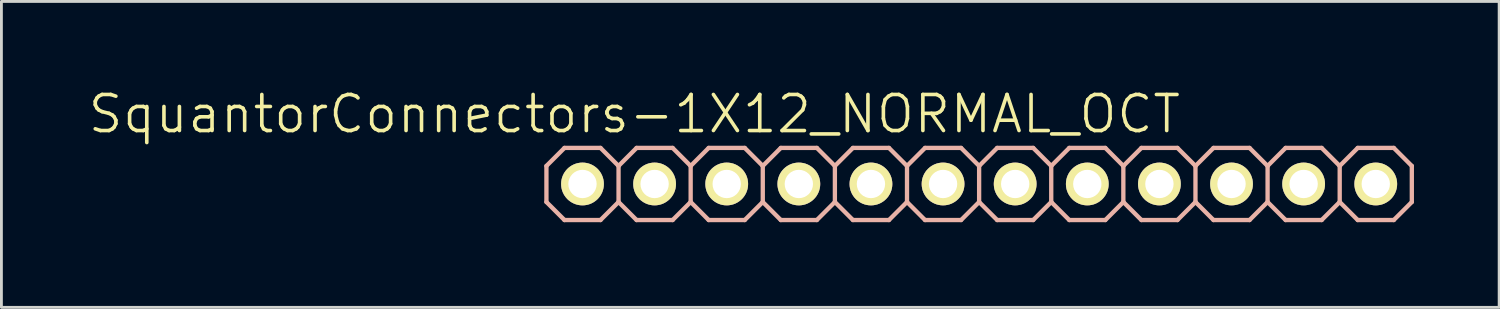
<source format=kicad_pcb>
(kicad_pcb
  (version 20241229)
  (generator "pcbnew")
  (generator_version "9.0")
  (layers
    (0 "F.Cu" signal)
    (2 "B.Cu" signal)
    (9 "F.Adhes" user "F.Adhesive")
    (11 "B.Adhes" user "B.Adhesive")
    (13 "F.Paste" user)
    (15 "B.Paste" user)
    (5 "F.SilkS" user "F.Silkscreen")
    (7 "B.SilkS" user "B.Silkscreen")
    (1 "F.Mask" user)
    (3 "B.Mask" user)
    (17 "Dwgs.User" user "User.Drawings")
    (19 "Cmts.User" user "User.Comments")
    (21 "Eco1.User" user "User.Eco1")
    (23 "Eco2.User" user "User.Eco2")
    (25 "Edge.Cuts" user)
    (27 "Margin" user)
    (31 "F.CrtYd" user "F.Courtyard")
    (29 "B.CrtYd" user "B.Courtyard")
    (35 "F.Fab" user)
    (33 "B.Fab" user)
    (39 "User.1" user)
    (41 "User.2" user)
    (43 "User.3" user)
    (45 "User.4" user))
  (footprint "SquantorConnectors-1X12_NORMAL_OCT"
    (layer "F.Cu")
    (at 31.436 3.43)
    (property "Reference" "SquantorConnectors-1X12_NORMAL_OCT" (at -12.141 -2.464 0) (layer "F.SilkS") (effects (font (size 1.27 1.27) (thickness 0.127))))
    (attr exclude_from_pos_files exclude_from_bom)
    (fp_line (start -14.224 -0.254) (end -13.716 -0.254) (stroke (width 0.066) (type solid)) (layer "F.SilkS"))
    (fp_line (start -14.224 0.254) (end -14.224 -0.254) (stroke (width 0.066) (type solid)) (layer "F.SilkS"))
    (fp_line (start -14.224 0.254) (end -13.716 0.254) (stroke (width 0.066) (type solid)) (layer "F.SilkS"))
    (fp_line (start -13.716 0.254) (end -13.716 -0.254) (stroke (width 0.066) (type solid)) (layer "F.SilkS"))
    (fp_line (start -11.684 -0.254) (end -11.176 -0.254) (stroke (width 0.066) (type solid)) (layer "F.SilkS"))
    (fp_line (start -11.684 0.254) (end -11.684 -0.254) (stroke (width 0.066) (type solid)) (layer "F.SilkS"))
    (fp_line (start -11.684 0.254) (end -11.176 0.254) (stroke (width 0.066) (type solid)) (layer "F.SilkS"))
    (fp_line (start -11.176 0.254) (end -11.176 -0.254) (stroke (width 0.066) (type solid)) (layer "F.SilkS"))
    (fp_line (start -9.144 -0.254) (end -8.636 -0.254) (stroke (width 0.066) (type solid)) (layer "F.SilkS"))
    (fp_line (start -9.144 0.254) (end -9.144 -0.254) (stroke (width 0.066) (type solid)) (layer "F.SilkS"))
    (fp_line (start -9.144 0.254) (end -8.636 0.254) (stroke (width 0.066) (type solid)) (layer "F.SilkS"))
    (fp_line (start -8.636 0.254) (end -8.636 -0.254) (stroke (width 0.066) (type solid)) (layer "F.SilkS"))
    (fp_line (start -6.604 -0.254) (end -6.096 -0.254) (stroke (width 0.066) (type solid)) (layer "F.SilkS"))
    (fp_line (start -6.604 0.254) (end -6.604 -0.254) (stroke (width 0.066) (type solid)) (layer "F.SilkS"))
    (fp_line (start -6.604 0.254) (end -6.096 0.254) (stroke (width 0.066) (type solid)) (layer "F.SilkS"))
    (fp_line (start -6.096 0.254) (end -6.096 -0.254) (stroke (width 0.066) (type solid)) (layer "F.SilkS"))
    (fp_line (start -4.064 -0.254) (end -3.556 -0.254) (stroke (width 0.066) (type solid)) (layer "F.SilkS"))
    (fp_line (start -4.064 0.254) (end -4.064 -0.254) (stroke (width 0.066) (type solid)) (layer "F.SilkS"))
    (fp_line (start -4.064 0.254) (end -3.556 0.254) (stroke (width 0.066) (type solid)) (layer "F.SilkS"))
    (fp_line (start -3.556 0.254) (end -3.556 -0.254) (stroke (width 0.066) (type solid)) (layer "F.SilkS"))
    (fp_line (start -1.524 -0.254) (end -1.016 -0.254) (stroke (width 0.066) (type solid)) (layer "F.SilkS"))
    (fp_line (start -1.524 0.254) (end -1.524 -0.254) (stroke (width 0.066) (type solid)) (layer "F.SilkS"))
    (fp_line (start -1.524 0.254) (end -1.016 0.254) (stroke (width 0.066) (type solid)) (layer "F.SilkS"))
    (fp_line (start -1.016 0.254) (end -1.016 -0.254) (stroke (width 0.066) (type solid)) (layer "F.SilkS"))
    (fp_line (start 1.016 -0.254) (end 1.524 -0.254) (stroke (width 0.066) (type solid)) (layer "F.SilkS"))
    (fp_line (start 1.016 0.254) (end 1.016 -0.254) (stroke (width 0.066) (type solid)) (layer "F.SilkS"))
    (fp_line (start 1.016 0.254) (end 1.524 0.254) (stroke (width 0.066) (type solid)) (layer "F.SilkS"))
    (fp_line (start 1.524 0.254) (end 1.524 -0.254) (stroke (width 0.066) (type solid)) (layer "F.SilkS"))
    (fp_line (start 3.556 -0.254) (end 4.064 -0.254) (stroke (width 0.066) (type solid)) (layer "F.SilkS"))
    (fp_line (start 3.556 0.254) (end 3.556 -0.254) (stroke (width 0.066) (type solid)) (layer "F.SilkS"))
    (fp_line (start 3.556 0.254) (end 4.064 0.254) (stroke (width 0.066) (type solid)) (layer "F.SilkS"))
    (fp_line (start 4.064 0.254) (end 4.064 -0.254) (stroke (width 0.066) (type solid)) (layer "F.SilkS"))
    (fp_line (start 6.096 -0.254) (end 6.604 -0.254) (stroke (width 0.066) (type solid)) (layer "F.SilkS"))
    (fp_line (start 6.096 0.254) (end 6.096 -0.254) (stroke (width 0.066) (type solid)) (layer "F.SilkS"))
    (fp_line (start 6.096 0.254) (end 6.604 0.254) (stroke (width 0.066) (type solid)) (layer "F.SilkS"))
    (fp_line (start 6.604 0.254) (end 6.604 -0.254) (stroke (width 0.066) (type solid)) (layer "F.SilkS"))
    (fp_line (start 8.636 -0.254) (end 9.144 -0.254) (stroke (width 0.066) (type solid)) (layer "F.SilkS"))
    (fp_line (start 8.636 0.254) (end 8.636 -0.254) (stroke (width 0.066) (type solid)) (layer "F.SilkS"))
    (fp_line (start 8.636 0.254) (end 9.144 0.254) (stroke (width 0.066) (type solid)) (layer "F.SilkS"))
    (fp_line (start 9.144 0.254) (end 9.144 -0.254) (stroke (width 0.066) (type solid)) (layer "F.SilkS"))
    (fp_line (start 11.176 -0.254) (end 11.684 -0.254) (stroke (width 0.066) (type solid)) (layer "F.SilkS"))
    (fp_line (start 11.176 0.254) (end 11.176 -0.254) (stroke (width 0.066) (type solid)) (layer "F.SilkS"))
    (fp_line (start 11.176 0.254) (end 11.684 0.254) (stroke (width 0.066) (type solid)) (layer "F.SilkS"))
    (fp_line (start 11.684 0.254) (end 11.684 -0.254) (stroke (width 0.066) (type solid)) (layer "F.SilkS"))
    (fp_line (start 13.716 -0.254) (end 14.224 -0.254) (stroke (width 0.066) (type solid)) (layer "F.SilkS"))
    (fp_line (start 13.716 0.254) (end 13.716 -0.254) (stroke (width 0.066) (type solid)) (layer "F.SilkS"))
    (fp_line (start 13.716 0.254) (end 14.224 0.254) (stroke (width 0.066) (type solid)) (layer "F.SilkS"))
    (fp_line (start 14.224 0.254) (end 14.224 -0.254) (stroke (width 0.066) (type solid)) (layer "F.SilkS"))
    (fp_line (start -15.24 -0.635) (end -15.24 0.635) (stroke (width 0.152) (type solid)) (layer "B.SilkS"))
    (fp_line (start -15.24 0.635) (end -14.605 1.27) (stroke (width 0.152) (type solid)) (layer "B.SilkS"))
    (fp_line (start -14.605 -1.27) (end -15.24 -0.635) (stroke (width 0.152) (type solid)) (layer "B.SilkS"))
    (fp_line (start -14.605 -1.27) (end -13.335 -1.27) (stroke (width 0.152) (type solid)) (layer "B.SilkS"))
    (fp_line (start -13.335 -1.27) (end -12.7 -0.635) (stroke (width 0.152) (type solid)) (layer "B.SilkS"))
    (fp_line (start -13.335 1.27) (end -14.605 1.27) (stroke (width 0.152) (type solid)) (layer "B.SilkS"))
    (fp_line (start -12.7 -0.635) (end -12.7 0.635) (stroke (width 0.152) (type solid)) (layer "B.SilkS"))
    (fp_line (start -12.7 -0.635) (end -12.065 -1.27) (stroke (width 0.152) (type solid)) (layer "B.SilkS"))
    (fp_line (start -12.7 0.635) (end -13.335 1.27) (stroke (width 0.152) (type solid)) (layer "B.SilkS"))
    (fp_line (start -12.065 -1.27) (end -10.795 -1.27) (stroke (width 0.152) (type solid)) (layer "B.SilkS"))
    (fp_line (start -12.065 1.27) (end -12.7 0.635) (stroke (width 0.152) (type solid)) (layer "B.SilkS"))
    (fp_line (start -10.795 -1.27) (end -10.16 -0.635) (stroke (width 0.152) (type solid)) (layer "B.SilkS"))
    (fp_line (start -10.795 1.27) (end -12.065 1.27) (stroke (width 0.152) (type solid)) (layer "B.SilkS"))
    (fp_line (start -10.16 -0.635) (end -10.16 0.635) (stroke (width 0.152) (type solid)) (layer "B.SilkS"))
    (fp_line (start -10.16 -0.635) (end -9.525 -1.27) (stroke (width 0.152) (type solid)) (layer "B.SilkS"))
    (fp_line (start -10.16 0.635) (end -10.795 1.27) (stroke (width 0.152) (type solid)) (layer "B.SilkS"))
    (fp_line (start -9.525 -1.27) (end -8.255 -1.27) (stroke (width 0.152) (type solid)) (layer "B.SilkS"))
    (fp_line (start -9.525 1.27) (end -10.16 0.635) (stroke (width 0.152) (type solid)) (layer "B.SilkS"))
    (fp_line (start -8.255 -1.27) (end -7.62 -0.635) (stroke (width 0.152) (type solid)) (layer "B.SilkS"))
    (fp_line (start -8.255 1.27) (end -9.525 1.27) (stroke (width 0.152) (type solid)) (layer "B.SilkS"))
    (fp_line (start -7.62 -0.635) (end -7.62 0.635) (stroke (width 0.152) (type solid)) (layer "B.SilkS"))
    (fp_line (start -7.62 0.635) (end -8.255 1.27) (stroke (width 0.152) (type solid)) (layer "B.SilkS"))
    (fp_line (start -7.62 0.635) (end -6.985 1.27) (stroke (width 0.152) (type solid)) (layer "B.SilkS"))
    (fp_line (start -6.985 -1.27) (end -7.62 -0.635) (stroke (width 0.152) (type solid)) (layer "B.SilkS"))
    (fp_line (start -6.985 -1.27) (end -5.715 -1.27) (stroke (width 0.152) (type solid)) (layer "B.SilkS"))
    (fp_line (start -5.715 -1.27) (end -5.08 -0.635) (stroke (width 0.152) (type solid)) (layer "B.SilkS"))
    (fp_line (start -5.715 1.27) (end -6.985 1.27) (stroke (width 0.152) (type solid)) (layer "B.SilkS"))
    (fp_line (start -5.08 -0.635) (end -5.08 0.635) (stroke (width 0.152) (type solid)) (layer "B.SilkS"))
    (fp_line (start -5.08 -0.635) (end -4.445 -1.27) (stroke (width 0.152) (type solid)) (layer "B.SilkS"))
    (fp_line (start -5.08 0.635) (end -5.715 1.27) (stroke (width 0.152) (type solid)) (layer "B.SilkS"))
    (fp_line (start -4.445 -1.27) (end -3.175 -1.27) (stroke (width 0.152) (type solid)) (layer "B.SilkS"))
    (fp_line (start -4.445 1.27) (end -5.08 0.635) (stroke (width 0.152) (type solid)) (layer "B.SilkS"))
    (fp_line (start -3.175 -1.27) (end -2.54 -0.635) (stroke (width 0.152) (type solid)) (layer "B.SilkS"))
    (fp_line (start -3.175 1.27) (end -4.445 1.27) (stroke (width 0.152) (type solid)) (layer "B.SilkS"))
    (fp_line (start -2.54 -0.635) (end -2.54 0.635) (stroke (width 0.152) (type solid)) (layer "B.SilkS"))
    (fp_line (start -2.54 -0.635) (end -1.905 -1.27) (stroke (width 0.152) (type solid)) (layer "B.SilkS"))
    (fp_line (start -2.54 0.635) (end -3.175 1.27) (stroke (width 0.152) (type solid)) (layer "B.SilkS"))
    (fp_line (start -1.905 -1.27) (end -0.635 -1.27) (stroke (width 0.152) (type solid)) (layer "B.SilkS"))
    (fp_line (start -1.905 1.27) (end -2.54 0.635) (stroke (width 0.152) (type solid)) (layer "B.SilkS"))
    (fp_line (start -0.635 -1.27) (end 0 -0.635) (stroke (width 0.152) (type solid)) (layer "B.SilkS"))
    (fp_line (start -0.635 1.27) (end -1.905 1.27) (stroke (width 0.152) (type solid)) (layer "B.SilkS"))
    (fp_line (start 0 -0.635) (end 0 0.635) (stroke (width 0.152) (type solid)) (layer "B.SilkS"))
    (fp_line (start 0 0.635) (end -0.635 1.27) (stroke (width 0.152) (type solid)) (layer "B.SilkS"))
    (fp_line (start 0 0.635) (end 0.635 1.27) (stroke (width 0.152) (type solid)) (layer "B.SilkS"))
    (fp_line (start 0.635 -1.27) (end 0 -0.635) (stroke (width 0.152) (type solid)) (layer "B.SilkS"))
    (fp_line (start 0.635 -1.27) (end 1.905 -1.27) (stroke (width 0.152) (type solid)) (layer "B.SilkS"))
    (fp_line (start 1.905 -1.27) (end 2.54 -0.635) (stroke (width 0.152) (type solid)) (layer "B.SilkS"))
    (fp_line (start 1.905 1.27) (end 0.635 1.27) (stroke (width 0.152) (type solid)) (layer "B.SilkS"))
    (fp_line (start 2.54 -0.635) (end 2.54 0.635) (stroke (width 0.152) (type solid)) (layer "B.SilkS"))
    (fp_line (start 2.54 -0.635) (end 3.175 -1.27) (stroke (width 0.152) (type solid)) (layer "B.SilkS"))
    (fp_line (start 2.54 0.635) (end 1.905 1.27) (stroke (width 0.152) (type solid)) (layer "B.SilkS"))
    (fp_line (start 3.175 -1.27) (end 4.445 -1.27) (stroke (width 0.152) (type solid)) (layer "B.SilkS"))
    (fp_line (start 3.175 1.27) (end 2.54 0.635) (stroke (width 0.152) (type solid)) (layer "B.SilkS"))
    (fp_line (start 4.445 -1.27) (end 5.08 -0.635) (stroke (width 0.152) (type solid)) (layer "B.SilkS"))
    (fp_line (start 4.445 1.27) (end 3.175 1.27) (stroke (width 0.152) (type solid)) (layer "B.SilkS"))
    (fp_line (start 5.08 -0.635) (end 5.08 0.635) (stroke (width 0.152) (type solid)) (layer "B.SilkS"))
    (fp_line (start 5.08 -0.635) (end 5.715 -1.27) (stroke (width 0.152) (type solid)) (layer "B.SilkS"))
    (fp_line (start 5.08 0.635) (end 4.445 1.27) (stroke (width 0.152) (type solid)) (layer "B.SilkS"))
    (fp_line (start 5.715 -1.27) (end 6.985 -1.27) (stroke (width 0.152) (type solid)) (layer "B.SilkS"))
    (fp_line (start 5.715 1.27) (end 5.08 0.635) (stroke (width 0.152) (type solid)) (layer "B.SilkS"))
    (fp_line (start 6.985 -1.27) (end 7.62 -0.635) (stroke (width 0.152) (type solid)) (layer "B.SilkS"))
    (fp_line (start 6.985 1.27) (end 5.715 1.27) (stroke (width 0.152) (type solid)) (layer "B.SilkS"))
    (fp_line (start 7.62 -0.635) (end 7.62 0.635) (stroke (width 0.152) (type solid)) (layer "B.SilkS"))
    (fp_line (start 7.62 0.635) (end 6.985 1.27) (stroke (width 0.152) (type solid)) (layer "B.SilkS"))
    (fp_line (start 7.62 0.635) (end 8.255 1.27) (stroke (width 0.152) (type solid)) (layer "B.SilkS"))
    (fp_line (start 8.255 -1.27) (end 7.62 -0.635) (stroke (width 0.152) (type solid)) (layer "B.SilkS"))
    (fp_line (start 8.255 -1.27) (end 9.525 -1.27) (stroke (width 0.152) (type solid)) (layer "B.SilkS"))
    (fp_line (start 9.525 -1.27) (end 10.16 -0.635) (stroke (width 0.152) (type solid)) (layer "B.SilkS"))
    (fp_line (start 9.525 1.27) (end 8.255 1.27) (stroke (width 0.152) (type solid)) (layer "B.SilkS"))
    (fp_line (start 10.16 -0.635) (end 10.16 0.635) (stroke (width 0.152) (type solid)) (layer "B.SilkS"))
    (fp_line (start 10.16 -0.635) (end 10.795 -1.27) (stroke (width 0.152) (type solid)) (layer "B.SilkS"))
    (fp_line (start 10.16 0.635) (end 9.525 1.27) (stroke (width 0.152) (type solid)) (layer "B.SilkS"))
    (fp_line (start 10.795 -1.27) (end 12.065 -1.27) (stroke (width 0.152) (type solid)) (layer "B.SilkS"))
    (fp_line (start 10.795 1.27) (end 10.16 0.635) (stroke (width 0.152) (type solid)) (layer "B.SilkS"))
    (fp_line (start 12.065 -1.27) (end 12.7 -0.635) (stroke (width 0.152) (type solid)) (layer "B.SilkS"))
    (fp_line (start 12.065 1.27) (end 10.795 1.27) (stroke (width 0.152) (type solid)) (layer "B.SilkS"))
    (fp_line (start 12.7 -0.635) (end 12.7 0.635) (stroke (width 0.152) (type solid)) (layer "B.SilkS"))
    (fp_line (start 12.7 -0.635) (end 13.335 -1.27) (stroke (width 0.152) (type solid)) (layer "B.SilkS"))
    (fp_line (start 12.7 0.635) (end 12.065 1.27) (stroke (width 0.152) (type solid)) (layer "B.SilkS"))
    (fp_line (start 13.335 -1.27) (end 14.605 -1.27) (stroke (width 0.152) (type solid)) (layer "B.SilkS"))
    (fp_line (start 13.335 1.27) (end 12.7 0.635) (stroke (width 0.152) (type solid)) (layer "B.SilkS"))
    (fp_line (start 14.605 -1.27) (end 15.24 -0.635) (stroke (width 0.152) (type solid)) (layer "B.SilkS"))
    (fp_line (start 14.605 1.27) (end 13.335 1.27) (stroke (width 0.152) (type solid)) (layer "B.SilkS"))
    (fp_line (start 15.24 -0.635) (end 15.24 0.635) (stroke (width 0.152) (type solid)) (layer "B.SilkS"))
    (fp_line (start 15.24 0.635) (end 14.605 1.27) (stroke (width 0.152) (type solid)) (layer "B.SilkS"))
    (pad "1" thru_hole circle (at -13.97 0) (size 1.506 1.506) (drill 0.998) (layers "*.Cu" "F.Mask" "F.SilkS" "F.Paste"))
    (pad "2" thru_hole circle (at -11.43 0) (size 1.506 1.506) (drill 0.998) (layers "*.Cu" "F.Mask" "F.SilkS" "F.Paste"))
    (pad "3" thru_hole circle (at -8.89 0) (size 1.506 1.506) (drill 0.998) (layers "*.Cu" "F.Mask" "F.SilkS" "F.Paste"))
    (pad "4" thru_hole circle (at -6.35 0) (size 1.506 1.506) (drill 0.998) (layers "*.Cu" "F.Mask" "F.SilkS" "F.Paste"))
    (pad "5" thru_hole circle (at -3.81 0) (size 1.506 1.506) (drill 0.998) (layers "*.Cu" "F.Mask" "F.SilkS" "F.Paste"))
    (pad "6" thru_hole circle (at -1.27 0) (size 1.506 1.506) (drill 0.998) (layers "*.Cu" "F.Mask" "F.SilkS" "F.Paste"))
    (pad "7" thru_hole circle (at 1.27 0) (size 1.506 1.506) (drill 0.998) (layers "*.Cu" "F.Mask" "F.SilkS" "F.Paste"))
    (pad "8" thru_hole circle (at 3.81 0) (size 1.506 1.506) (drill 0.998) (layers "*.Cu" "F.Mask" "F.SilkS" "F.Paste"))
    (pad "9" thru_hole circle (at 6.35 0) (size 1.506 1.506) (drill 0.998) (layers "*.Cu" "F.Mask" "F.SilkS" "F.Paste"))
    (pad "10" thru_hole circle (at 8.89 0) (size 1.506 1.506) (drill 0.998) (layers "*.Cu" "F.Mask" "F.SilkS" "F.Paste"))
    (pad "11" thru_hole circle (at 11.43 0) (size 1.506 1.506) (drill 0.998) (layers "*.Cu" "F.Mask" "F.SilkS" "F.Paste"))
    (pad "12" thru_hole circle (at 13.97 0) (size 1.506 1.506) (drill 0.998) (layers "*.Cu" "F.Mask" "F.SilkS" "F.Paste")))
  (gr_rect
    (start -3 -3)
    (end 49.752 7.776)
    (stroke (width 0.1) (type default))
    (fill no)
    (layer "Edge.Cuts")))
</source>
